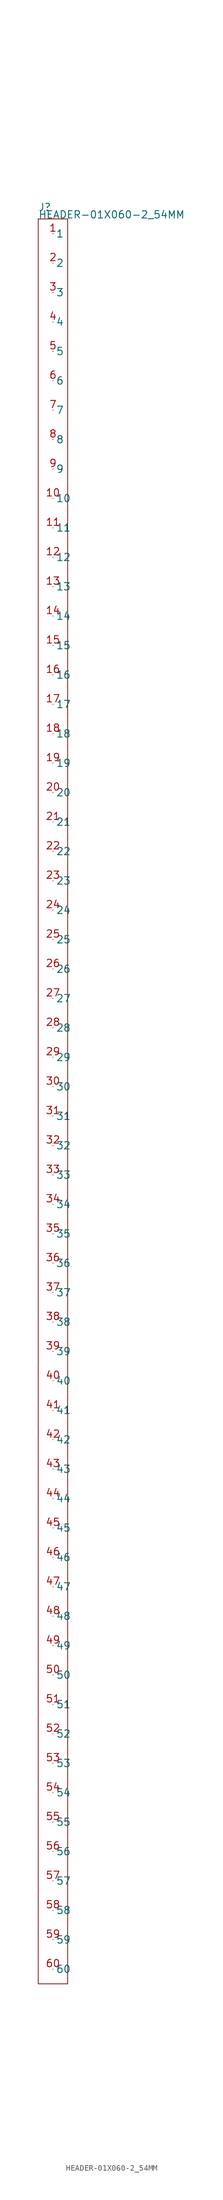
<source format=kicad_sym>
(kicad_symbol_lib
  (version 20211014)
  (generator kicad_symbol_editor)
  (symbol "HEADER-01X060-2_54MM"
    (pin_names)
    (property "Reference" "J"
      (at -2.54 153.67 0)
      (effects (font (size 1.27 1.27)) (justify left bottom)))
    (property "Value" "HEADER-01X060-2_54MM"
      (at -2.54 152.4 0)
      (effects (font (size 1.27 1.27)) (justify left bottom)))
    (property "Datasheet" ""
      (at 0 0 0))
    (property "ki_description" "Header 1x60  - Header Vertical 60POS 2.54MM Technical Specifications: Pitch: 0.1\" (2.54mm) "
      (at 0 0 0))
    (property "ki_fp_filters" "FlashPCB_Connectors:HEADER-THT-01X060-2_54MM FlashPCB_Connectors:HEADER-THT-LONG-01X060-2_54MM FlashPCB_Connectors:HEADER-THT-NOSILK-01X060-2_54MM FlashPCB_Connectors:HEADER-THT-LONG-NOSILK-01X060-2_54MM"
      (at 0 0 0))
    (symbol "HEADER-01X060-2_54MM_1_1"
      (polyline (pts (xy -2.54 152.4) (xy 2.54 152.4)) (stroke (width 0.127)) (fill (type none)))
      (polyline (pts (xy 2.54 152.4) (xy 2.54 -152.4)) (stroke (width 0.127)) (fill (type none)))
      (polyline (pts (xy 2.54 -152.4) (xy -2.54 -152.4)) (stroke (width 0.127)) (fill (type none)))
      (polyline (pts (xy -2.54 -152.4) (xy -2.54 152.4)) (stroke (width 0.127)) (fill (type none)))
      (pin bidirectional line (at 0 149.86 0) (length 0) (name "1" (effects (font (size 1.27 1.27)))) (number "1" (effects (font (size 1.27 1.27)))))
      (pin bidirectional line (at 0 144.78 0) (length 0) (name "2" (effects (font (size 1.27 1.27)))) (number "2" (effects (font (size 1.27 1.27)))))
      (pin bidirectional line (at 0 139.7 0) (length 0) (name "3" (effects (font (size 1.27 1.27)))) (number "3" (effects (font (size 1.27 1.27)))))
      (pin bidirectional line (at 0 134.62 0) (length 0) (name "4" (effects (font (size 1.27 1.27)))) (number "4" (effects (font (size 1.27 1.27)))))
      (pin bidirectional line (at 0 129.54 0) (length 0) (name "5" (effects (font (size 1.27 1.27)))) (number "5" (effects (font (size 1.27 1.27)))))
      (pin bidirectional line (at 0 124.46 0) (length 0) (name "6" (effects (font (size 1.27 1.27)))) (number "6" (effects (font (size 1.27 1.27)))))
      (pin bidirectional line (at 0 119.38 0) (length 0) (name "7" (effects (font (size 1.27 1.27)))) (number "7" (effects (font (size 1.27 1.27)))))
      (pin bidirectional line (at 0 114.3 0) (length 0) (name "8" (effects (font (size 1.27 1.27)))) (number "8" (effects (font (size 1.27 1.27)))))
      (pin bidirectional line (at 0 109.22 0) (length 0) (name "9" (effects (font (size 1.27 1.27)))) (number "9" (effects (font (size 1.27 1.27)))))
      (pin bidirectional line (at 0 104.14 0) (length 0) (name "10" (effects (font (size 1.27 1.27)))) (number "10" (effects (font (size 1.27 1.27)))))
      (pin bidirectional line (at 0 99.06 0) (length 0) (name "11" (effects (font (size 1.27 1.27)))) (number "11" (effects (font (size 1.27 1.27)))))
      (pin bidirectional line (at 0 93.98 0) (length 0) (name "12" (effects (font (size 1.27 1.27)))) (number "12" (effects (font (size 1.27 1.27)))))
      (pin bidirectional line (at 0 88.9 0) (length 0) (name "13" (effects (font (size 1.27 1.27)))) (number "13" (effects (font (size 1.27 1.27)))))
      (pin bidirectional line (at 0 83.82 0) (length 0) (name "14" (effects (font (size 1.27 1.27)))) (number "14" (effects (font (size 1.27 1.27)))))
      (pin bidirectional line (at 0 78.74 0) (length 0) (name "15" (effects (font (size 1.27 1.27)))) (number "15" (effects (font (size 1.27 1.27)))))
      (pin bidirectional line (at 0 73.66 0) (length 0) (name "16" (effects (font (size 1.27 1.27)))) (number "16" (effects (font (size 1.27 1.27)))))
      (pin bidirectional line (at 0 68.58 0) (length 0) (name "17" (effects (font (size 1.27 1.27)))) (number "17" (effects (font (size 1.27 1.27)))))
      (pin bidirectional line (at 0 63.5 0) (length 0) (name "18" (effects (font (size 1.27 1.27)))) (number "18" (effects (font (size 1.27 1.27)))))
      (pin bidirectional line (at 0 58.42 0) (length 0) (name "19" (effects (font (size 1.27 1.27)))) (number "19" (effects (font (size 1.27 1.27)))))
      (pin bidirectional line (at 0 53.34 0) (length 0) (name "20" (effects (font (size 1.27 1.27)))) (number "20" (effects (font (size 1.27 1.27)))))
      (pin bidirectional line (at 0 48.26 0) (length 0) (name "21" (effects (font (size 1.27 1.27)))) (number "21" (effects (font (size 1.27 1.27)))))
      (pin bidirectional line (at 0 43.18 0) (length 0) (name "22" (effects (font (size 1.27 1.27)))) (number "22" (effects (font (size 1.27 1.27)))))
      (pin bidirectional line (at 0 38.1 0) (length 0) (name "23" (effects (font (size 1.27 1.27)))) (number "23" (effects (font (size 1.27 1.27)))))
      (pin bidirectional line (at 0 33.02 0) (length 0) (name "24" (effects (font (size 1.27 1.27)))) (number "24" (effects (font (size 1.27 1.27)))))
      (pin bidirectional line (at 0 27.94 0) (length 0) (name "25" (effects (font (size 1.27 1.27)))) (number "25" (effects (font (size 1.27 1.27)))))
      (pin bidirectional line (at 0 22.86 0) (length 0) (name "26" (effects (font (size 1.27 1.27)))) (number "26" (effects (font (size 1.27 1.27)))))
      (pin bidirectional line (at 0 17.78 0) (length 0) (name "27" (effects (font (size 1.27 1.27)))) (number "27" (effects (font (size 1.27 1.27)))))
      (pin bidirectional line (at 0 12.7 0) (length 0) (name "28" (effects (font (size 1.27 1.27)))) (number "28" (effects (font (size 1.27 1.27)))))
      (pin bidirectional line (at 0 7.62 0) (length 0) (name "29" (effects (font (size 1.27 1.27)))) (number "29" (effects (font (size 1.27 1.27)))))
      (pin bidirectional line (at 0 2.54 0) (length 0) (name "30" (effects (font (size 1.27 1.27)))) (number "30" (effects (font (size 1.27 1.27)))))
      (pin bidirectional line (at 0 -2.54 0) (length 0) (name "31" (effects (font (size 1.27 1.27)))) (number "31" (effects (font (size 1.27 1.27)))))
      (pin bidirectional line (at 0 -7.62 0) (length 0) (name "32" (effects (font (size 1.27 1.27)))) (number "32" (effects (font (size 1.27 1.27)))))
      (pin bidirectional line (at 0 -12.7 0) (length 0) (name "33" (effects (font (size 1.27 1.27)))) (number "33" (effects (font (size 1.27 1.27)))))
      (pin bidirectional line (at 0 -17.78 0) (length 0) (name "34" (effects (font (size 1.27 1.27)))) (number "34" (effects (font (size 1.27 1.27)))))
      (pin bidirectional line (at 0 -22.86 0) (length 0) (name "35" (effects (font (size 1.27 1.27)))) (number "35" (effects (font (size 1.27 1.27)))))
      (pin bidirectional line (at 0 -27.94 0) (length 0) (name "36" (effects (font (size 1.27 1.27)))) (number "36" (effects (font (size 1.27 1.27)))))
      (pin bidirectional line (at 0 -33.02 0) (length 0) (name "37" (effects (font (size 1.27 1.27)))) (number "37" (effects (font (size 1.27 1.27)))))
      (pin bidirectional line (at 0 -38.1 0) (length 0) (name "38" (effects (font (size 1.27 1.27)))) (number "38" (effects (font (size 1.27 1.27)))))
      (pin bidirectional line (at 0 -43.18 0) (length 0) (name "39" (effects (font (size 1.27 1.27)))) (number "39" (effects (font (size 1.27 1.27)))))
      (pin bidirectional line (at 0 -48.26 0) (length 0) (name "40" (effects (font (size 1.27 1.27)))) (number "40" (effects (font (size 1.27 1.27)))))
      (pin bidirectional line (at 0 -53.34 0) (length 0) (name "41" (effects (font (size 1.27 1.27)))) (number "41" (effects (font (size 1.27 1.27)))))
      (pin bidirectional line (at 0 -58.42 0) (length 0) (name "42" (effects (font (size 1.27 1.27)))) (number "42" (effects (font (size 1.27 1.27)))))
      (pin bidirectional line (at 0 -63.5 0) (length 0) (name "43" (effects (font (size 1.27 1.27)))) (number "43" (effects (font (size 1.27 1.27)))))
      (pin bidirectional line (at 0 -68.58 0) (length 0) (name "44" (effects (font (size 1.27 1.27)))) (number "44" (effects (font (size 1.27 1.27)))))
      (pin bidirectional line (at 0 -73.66 0) (length 0) (name "45" (effects (font (size 1.27 1.27)))) (number "45" (effects (font (size 1.27 1.27)))))
      (pin bidirectional line (at 0 -78.74 0) (length 0) (name "46" (effects (font (size 1.27 1.27)))) (number "46" (effects (font (size 1.27 1.27)))))
      (pin bidirectional line (at 0 -83.82 0) (length 0) (name "47" (effects (font (size 1.27 1.27)))) (number "47" (effects (font (size 1.27 1.27)))))
      (pin bidirectional line (at 0 -88.9 0) (length 0) (name "48" (effects (font (size 1.27 1.27)))) (number "48" (effects (font (size 1.27 1.27)))))
      (pin bidirectional line (at 0 -93.98 0) (length 0) (name "49" (effects (font (size 1.27 1.27)))) (number "49" (effects (font (size 1.27 1.27)))))
      (pin bidirectional line (at 0 -99.06 0) (length 0) (name "50" (effects (font (size 1.27 1.27)))) (number "50" (effects (font (size 1.27 1.27)))))
      (pin bidirectional line (at 0 -104.14 0) (length 0) (name "51" (effects (font (size 1.27 1.27)))) (number "51" (effects (font (size 1.27 1.27)))))
      (pin bidirectional line (at 0 -109.22 0) (length 0) (name "52" (effects (font (size 1.27 1.27)))) (number "52" (effects (font (size 1.27 1.27)))))
      (pin bidirectional line (at 0 -114.3 0) (length 0) (name "53" (effects (font (size 1.27 1.27)))) (number "53" (effects (font (size 1.27 1.27)))))
      (pin bidirectional line (at 0 -119.38 0) (length 0) (name "54" (effects (font (size 1.27 1.27)))) (number "54" (effects (font (size 1.27 1.27)))))
      (pin bidirectional line (at 0 -124.46 0) (length 0) (name "55" (effects (font (size 1.27 1.27)))) (number "55" (effects (font (size 1.27 1.27)))))
      (pin bidirectional line (at 0 -129.54 0) (length 0) (name "56" (effects (font (size 1.27 1.27)))) (number "56" (effects (font (size 1.27 1.27)))))
      (pin bidirectional line (at 0 -134.62 0) (length 0) (name "57" (effects (font (size 1.27 1.27)))) (number "57" (effects (font (size 1.27 1.27)))))
      (pin bidirectional line (at 0 -139.7 0) (length 0) (name "58" (effects (font (size 1.27 1.27)))) (number "58" (effects (font (size 1.27 1.27)))))
      (pin bidirectional line (at 0 -144.78 0) (length 0) (name "59" (effects (font (size 1.27 1.27)))) (number "59" (effects (font (size 1.27 1.27)))))
      (pin bidirectional line (at 0 -149.86 0) (length 0) (name "60" (effects (font (size 1.27 1.27)))) (number "60" (effects (font (size 1.27 1.27))))))))
</source>
